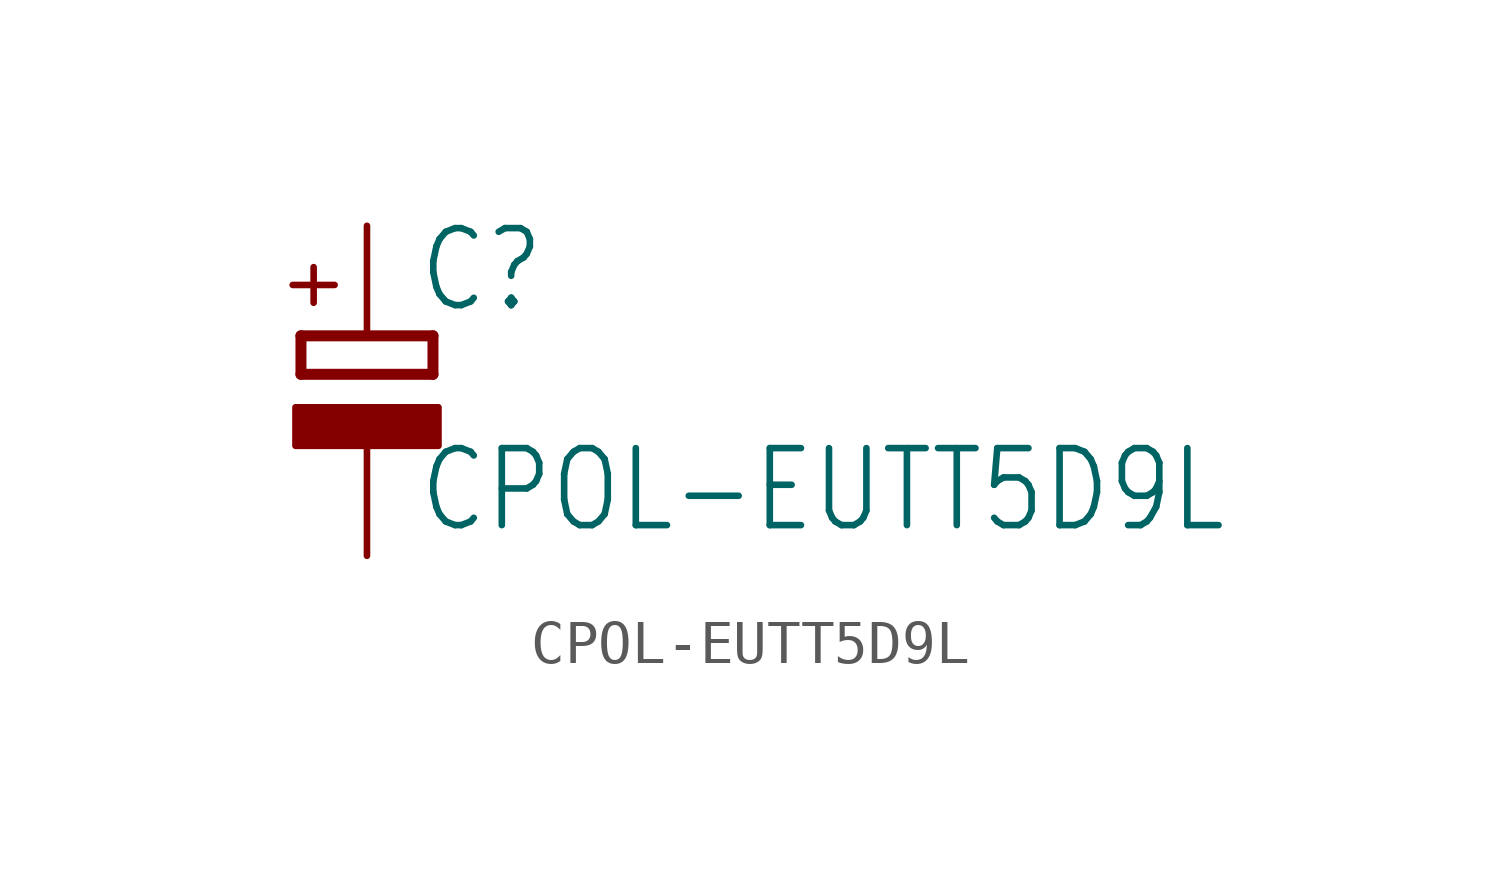
<source format=kicad_sym>
(kicad_symbol_lib
  (version 20220914)
  (generator kicad_symbol_editor)
  (symbol "CPOL-EUTT5D9L"
    (property "Reference" "C"
      (at 1.143 0.483 0)
      (effects (font (size 1.778 1.511)) (justify left bottom)))
    (property "Value" "CPOL-EUTT5D9L"
      (at 1.143 -4.597 0)
      (effects (font (size 1.778 1.511)) (justify left bottom)))
    (property "ki_locked" ""
      (at 0 0 0)
      (effects (font (size 1.27 1.27))))
    (symbol "CPOL-EUTT5D9L_1_0"
      (rectangle (start -1.651 -2.54) (end 1.651 -1.651) (stroke (width 0) (type default)) (fill (type outline)))
      (polyline (pts (xy -1.524 -0.889) (xy 1.524 -0.889)) (stroke (width 0.254) (type default)) (fill (type none)))
      (polyline (pts (xy -1.524 0) (xy -1.524 -0.889)) (stroke (width 0.254) (type default)) (fill (type none)))
      (polyline (pts (xy -1.524 0) (xy 1.524 0)) (stroke (width 0.254) (type default)) (fill (type none)))
      (polyline (pts (xy 1.524 -0.889) (xy 1.524 0)) (stroke (width 0.254) (type default)) (fill (type none)))
      (text "+" (at -0.584 0.406 900) (effects (font (size 1.27 1.079)) (justify left bottom)))
      (pin passive line (at 0 2.54 270) (length 2.54) (name "+" (effects (font (size 0 0)))) (number "+" (effects (font (size 0 0)))))
      (pin passive line (at 0 -5.08 90) (length 2.54) (name "-" (effects (font (size 0 0)))) (number "-" (effects (font (size 0 0))))))))
</source>
